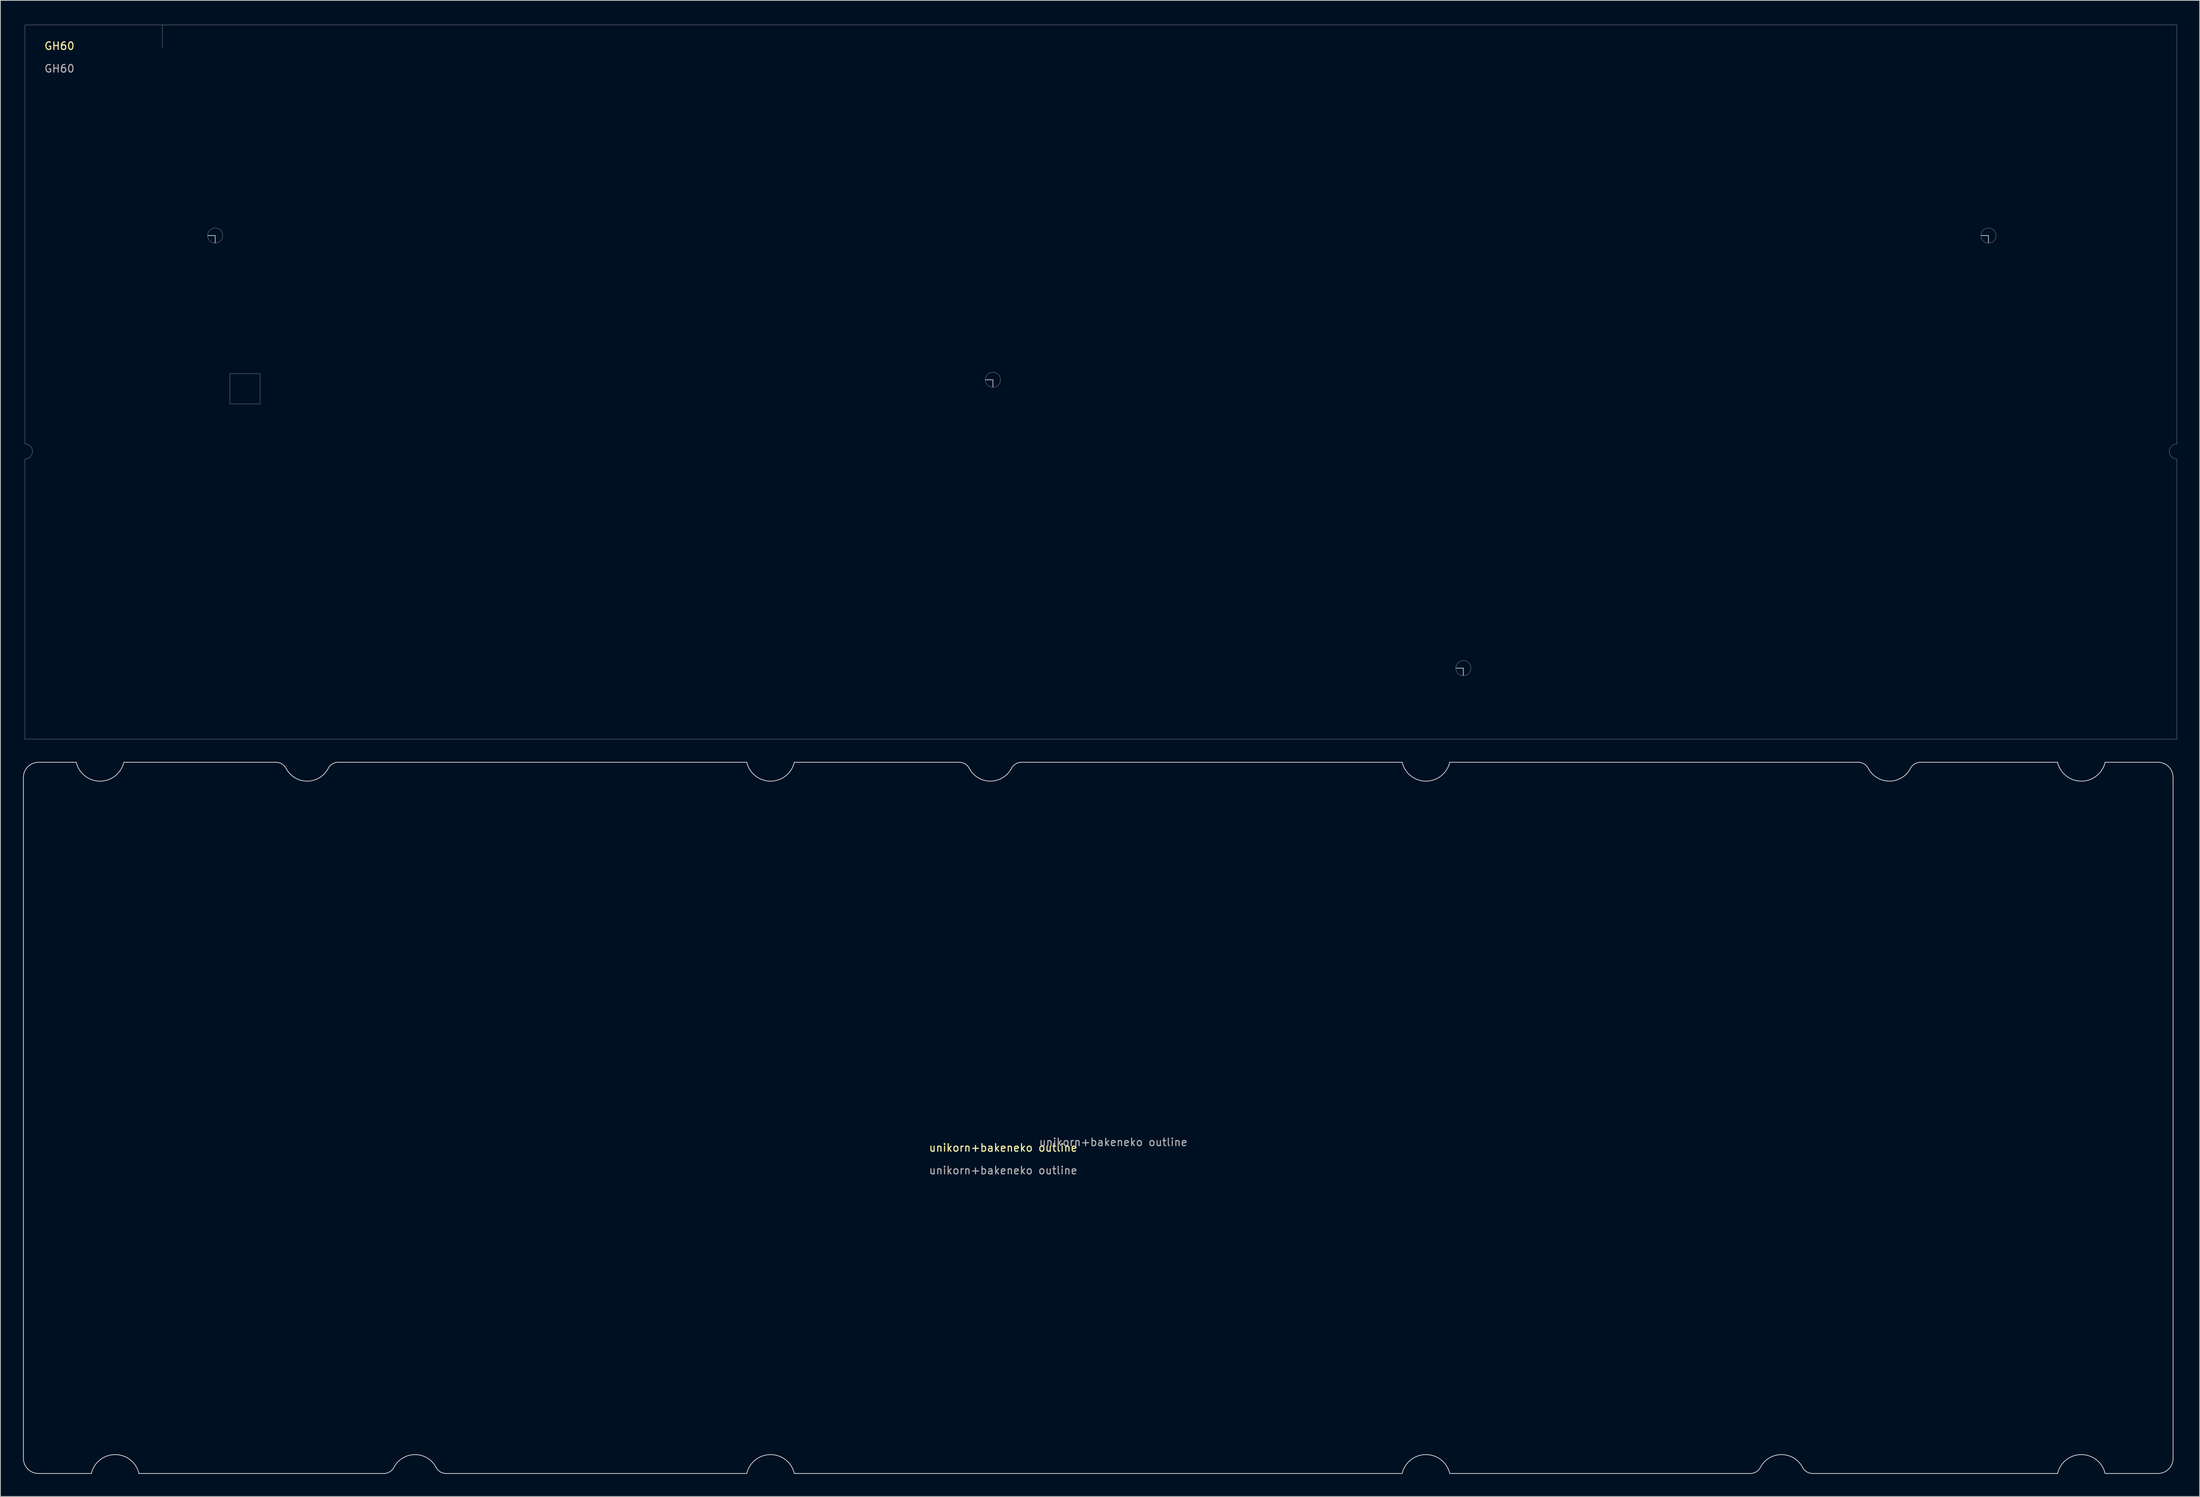
<source format=kicad_pcb>
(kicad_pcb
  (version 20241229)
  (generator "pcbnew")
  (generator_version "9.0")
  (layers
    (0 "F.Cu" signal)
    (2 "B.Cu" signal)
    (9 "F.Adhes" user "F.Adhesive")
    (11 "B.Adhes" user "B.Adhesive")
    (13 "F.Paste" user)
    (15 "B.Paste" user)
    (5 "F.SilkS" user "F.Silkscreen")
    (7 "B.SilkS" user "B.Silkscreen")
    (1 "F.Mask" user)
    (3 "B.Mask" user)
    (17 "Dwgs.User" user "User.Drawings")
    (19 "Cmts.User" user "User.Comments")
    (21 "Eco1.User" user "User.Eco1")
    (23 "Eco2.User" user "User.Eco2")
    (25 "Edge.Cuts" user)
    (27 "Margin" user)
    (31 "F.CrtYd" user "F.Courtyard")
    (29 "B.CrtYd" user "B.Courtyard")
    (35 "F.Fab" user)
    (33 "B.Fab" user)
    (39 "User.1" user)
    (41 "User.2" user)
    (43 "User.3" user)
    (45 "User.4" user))
  (footprint "GH60"
    (layer "F.Cu")
    (at 0.25 0.25)
    (property "Reference" "GH60" (at 4.572 2.794 0) (unlocked yes) (layer "F.SilkS") (effects (font (size 1 1) (thickness 0.15))))
    (fp_line (start 0 55.5) (end 0 0) (stroke (width 0.031) (type solid)) (layer "Dwgs.User"))
    (fp_line (start 0 58.5) (end 0 57.5) (stroke (width 0.031) (type solid)) (layer "Dwgs.User"))
    (fp_line (start 0 94.6) (end 0 58.5) (stroke (width 0.031) (type solid)) (layer "Dwgs.User"))
    (fp_line (start 0 94.6) (end 285 94.6) (stroke (width 0.031) (type solid)) (layer "Dwgs.User"))
    (fp_line (start 18.2 0) (end 18.2 3) (stroke (width 0.031) (type solid)) (layer "Dwgs.User"))
    (fp_line (start 25.2 27.9) (end 24.23 27.9) (stroke (width 0.1) (type solid)) (layer "Dwgs.User"))
    (fp_line (start 25.2 27.9) (end 25.2 28.86) (stroke (width 0.1) (type solid)) (layer "Dwgs.User"))
    (fp_line (start 27.15 50.2) (end 27.15 46.2) (stroke (width 0.031) (type solid)) (layer "Dwgs.User"))
    (fp_line (start 31.15 46.2) (end 27.15 46.2) (stroke (width 0.031) (type solid)) (layer "Dwgs.User"))
    (fp_line (start 31.15 50.2) (end 27.15 50.2) (stroke (width 0.031) (type solid)) (layer "Dwgs.User"))
    (fp_line (start 31.15 50.2) (end 31.15 46.2) (stroke (width 0.031) (type solid)) (layer "Dwgs.User"))
    (fp_line (start 128.2 47) (end 127.23 47) (stroke (width 0.1) (type solid)) (layer "Dwgs.User"))
    (fp_line (start 128.2 47) (end 128.2 47.96) (stroke (width 0.1) (type solid)) (layer "Dwgs.User"))
    (fp_line (start 190.5 85.2) (end 189.53 85.2) (stroke (width 0.1) (type solid)) (layer "Dwgs.User"))
    (fp_line (start 190.5 85.2) (end 190.5 86.16) (stroke (width 0.1) (type solid)) (layer "Dwgs.User"))
    (fp_line (start 260.05 27.9) (end 259.08 27.9) (stroke (width 0.1) (type solid)) (layer "Dwgs.User"))
    (fp_line (start 260.05 27.9) (end 260.05 28.86) (stroke (width 0.1) (type solid)) (layer "Dwgs.User"))
    (fp_line (start 285 0) (end 0 0) (stroke (width 0.031) (type solid)) (layer "Dwgs.User"))
    (fp_line (start 285 55.5) (end 285 0) (stroke (width 0.031) (type solid)) (layer "Dwgs.User"))
    (fp_line (start 285 58.5) (end 285 57.5) (stroke (width 0.031) (type solid)) (layer "Dwgs.User"))
    (fp_line (start 285 94.6) (end 285 58.5) (stroke (width 0.031) (type solid)) (layer "Dwgs.User"))
    (fp_arc (start 0 55.50003) (mid 1.000001 56.500031) (end 0 57.500031) (stroke (width 0.031) (type solid)) (layer "Dwgs.User"))
    (fp_arc (start 285.000154 57.500031) (mid 284.000155 56.50003) (end 285.000154 55.50003) (stroke (width 0.031) (type solid)) (layer "Dwgs.User"))
    (fp_circle (center 25.2 27.9) (end 26.2 27.9) (stroke (width 0.031) (type solid)) (fill no) (layer "Dwgs.User"))
    (fp_circle (center 128.2 47) (end 129.2 47) (stroke (width 0.031) (type solid)) (fill no) (layer "Dwgs.User"))
    (fp_circle (center 190.5 85.2) (end 191.5 85.2) (stroke (width 0.031) (type solid)) (fill no) (layer "Dwgs.User"))
    (fp_circle (center 260.05 27.9) (end 261.05 27.9) (stroke (width 0.031) (type solid)) (fill no) (layer "Dwgs.User"))
    (fp_text user "${REFERENCE}" (at 4.572 5.794 0) (unlocked yes) (layer "F.Fab") (effects (font (size 1 1) (thickness 0.15)))))
  (footprint "unikorn+bakeneko outline"
    (layer "F.Cu")
    (at 129.81 149.476)
    (property "Reference" "unikorn+bakeneko outline" (at 0 -0.5 0) (unlocked yes) (layer "F.SilkS") (effects (font (size 1 1) (thickness 0.15))))
    (fp_line (start -129.76 -49.56) (end -129.76 40.64) (stroke (width 0.1) (type solid)) (layer "Edge.Cuts"))
    (fp_line (start -127.76 -51.56) (end -122.76 -51.56) (stroke (width 0.1) (type solid)) (layer "Edge.Cuts"))
    (fp_line (start -120.76 42.64) (end -127.76 42.64) (stroke (width 0.1) (type solid)) (layer "Edge.Cuts"))
    (fp_line (start -109.46 -51.56) (end -116.46 -51.56) (stroke (width 0.1) (type solid)) (layer "Edge.Cuts"))
    (fp_line (start -109.46 -51.56) (end -96.308 -51.56) (stroke (width 0.1) (type solid)) (layer "Edge.Cuts"))
    (fp_line (start -88.062 -51.56) (end -33.96 -51.56) (stroke (width 0.1) (type solid)) (layer "Edge.Cuts"))
    (fp_line (start -82.021 42.64) (end -114.46 42.64) (stroke (width 0.1) (type solid)) (layer "Edge.Cuts"))
    (fp_line (start -73.774 42.64) (end -33.96 42.64) (stroke (width 0.1) (type solid)) (layer "Edge.Cuts"))
    (fp_line (start -27.66 -51.56) (end -5.821 -51.56) (stroke (width 0.1) (type solid)) (layer "Edge.Cuts"))
    (fp_line (start -27.66 42.64) (end 52.84 42.64) (stroke (width 0.1) (type solid)) (layer "Edge.Cuts"))
    (fp_line (start 2.44 -51.56) (end 52.84 -51.56) (stroke (width 0.1) (type solid)) (layer "Edge.Cuts"))
    (fp_line (start 59.14 -51.56) (end 113.242 -51.56) (stroke (width 0.1) (type solid)) (layer "Edge.Cuts"))
    (fp_line (start 98.954 42.64) (end 59.14 42.64) (stroke (width 0.1) (type solid)) (layer "Edge.Cuts"))
    (fp_line (start 107.201 42.64) (end 139.64 42.64) (stroke (width 0.1) (type solid)) (layer "Edge.Cuts"))
    (fp_line (start 121.488 -51.56) (end 139.64 -51.56) (stroke (width 0.1) (type solid)) (layer "Edge.Cuts"))
    (fp_line (start 145.94 -51.56) (end 152.94 -51.56) (stroke (width 0.1) (type solid)) (layer "Edge.Cuts"))
    (fp_line (start 152.94 42.64) (end 145.94 42.64) (stroke (width 0.1) (type solid)) (layer "Edge.Cuts"))
    (fp_line (start 154.94 -49.56) (end 154.94 40.64) (stroke (width 0.1) (type solid)) (layer "Edge.Cuts"))
    (fp_arc (start -129.76 -49.56) (mid -129.174214 -50.974214) (end -127.76 -51.56) (stroke (width 0.1) (type solid)) (layer "Edge.Cuts"))
    (fp_arc (start -127.760001 42.639999) (mid -129.174214 42.054213) (end -129.76 40.64) (stroke (width 0.1) (type solid)) (layer "Edge.Cuts"))
    (fp_arc (start -120.76 42.64) (mid -117.61 40.14) (end -114.46 42.64) (stroke (width 0.1) (type solid)) (layer "Edge.Cuts"))
    (fp_arc (start -116.46 -51.56) (mid -119.61 -49.06) (end -122.76 -51.56) (stroke (width 0.1) (type solid)) (layer "Edge.Cuts"))
    (fp_arc (start -96.308106 -51.560001) (mid -95.530316 -51.342765) (end -94.978071 -50.75355) (stroke (width 0.1) (type solid)) (layer "Edge.Cuts"))
    (fp_arc (start -89.391929 -50.753549) (mid -92.185 -49.060339) (end -94.978071 -50.75355) (stroke (width 0.1) (type solid)) (layer "Edge.Cuts"))
    (fp_arc (start -89.391928 -50.753549) (mid -88.839683 -51.342764) (end -88.061894 -51.560001) (stroke (width 0.1) (type solid)) (layer "Edge.Cuts"))
    (fp_arc (start -80.690572 41.833547) (mid -81.241867 42.424328) (end -82.020606 42.64) (stroke (width 0.1) (type solid)) (layer "Edge.Cuts"))
    (fp_arc (start -80.690572 41.833547) (mid -77.8975 40.140336) (end -75.104428 41.833547) (stroke (width 0.1) (type solid)) (layer "Edge.Cuts"))
    (fp_arc (start -73.774394 42.64) (mid -74.553133 42.424328) (end -75.104428 41.833547) (stroke (width 0.1) (type solid)) (layer "Edge.Cuts"))
    (fp_arc (start -33.960002 42.64) (mid -30.810001 40.139999) (end -27.66 42.64) (stroke (width 0.1) (type solid)) (layer "Edge.Cuts"))
    (fp_arc (start -27.66 -51.56) (mid -30.81 -49.06) (end -33.96 -51.56) (stroke (width 0.1) (type solid)) (layer "Edge.Cuts"))
    (fp_arc (start -5.820606 -51.560001) (mid -5.042816 -51.342765) (end -4.490571 -50.75355) (stroke (width 0.1) (type solid)) (layer "Edge.Cuts"))
    (fp_arc (start 1.095571 -50.753549) (mid -1.6975 -49.060339) (end -4.490571 -50.75355) (stroke (width 0.1) (type solid)) (layer "Edge.Cuts"))
    (fp_arc (start 1.095572 -50.753549) (mid 1.647817 -51.342764) (end 2.425606 -51.560001) (stroke (width 0.1) (type solid)) (layer "Edge.Cuts"))
    (fp_arc (start 52.84 42.639998) (mid 55.990001 40.139999) (end 59.14 42.64) (stroke (width 0.1) (type solid)) (layer "Edge.Cuts"))
    (fp_arc (start 59.14 -51.559998) (mid 55.989999 -49.059999) (end 52.84 -51.56) (stroke (width 0.1) (type solid)) (layer "Edge.Cuts"))
    (fp_arc (start 100.284428 41.833547) (mid 99.733133 42.424328) (end 98.954394 42.64) (stroke (width 0.1) (type solid)) (layer "Edge.Cuts"))
    (fp_arc (start 100.284428 41.833547) (mid 103.0775 40.140336) (end 105.870572 41.833547) (stroke (width 0.1) (type solid)) (layer "Edge.Cuts"))
    (fp_arc (start 107.200606 42.64) (mid 106.421867 42.424328) (end 105.870572 41.833547) (stroke (width 0.1) (type solid)) (layer "Edge.Cuts"))
    (fp_arc (start 113.241894 -51.560001) (mid 114.019684 -51.342765) (end 114.571929 -50.75355) (stroke (width 0.1) (type solid)) (layer "Edge.Cuts"))
    (fp_arc (start 120.158071 -50.753549) (mid 117.365 -49.060339) (end 114.571929 -50.75355) (stroke (width 0.1) (type solid)) (layer "Edge.Cuts"))
    (fp_arc (start 120.158072 -50.753549) (mid 120.710317 -51.342764) (end 121.488106 -51.560001) (stroke (width 0.1) (type solid)) (layer "Edge.Cuts"))
    (fp_arc (start 139.64 42.639998) (mid 142.790001 40.139999) (end 145.94 42.64) (stroke (width 0.1) (type solid)) (layer "Edge.Cuts"))
    (fp_arc (start 145.940223 -51.559999) (mid 142.790026 -49.059783) (end 139.639789 -51.559948) (stroke (width 0.1) (type solid)) (layer "Edge.Cuts"))
    (fp_arc (start 152.94 -51.560001) (mid 154.354214 -50.974215) (end 154.94 -49.560001) (stroke (width 0.1) (type solid)) (layer "Edge.Cuts"))
    (fp_arc (start 154.94 40.64) (mid 154.354214 42.054214) (end 152.94 42.64) (stroke (width 0.1) (type solid)) (layer "Edge.Cuts"))
    (fp_text user "${REFERENCE}" (at 0 2.5 0) (unlocked yes) (layer "F.Fab") (effects (font (size 1 1) (thickness 0.15))))
    (fp_text user "${REFERENCE}" (at 14.581 -1.239 0) (unlocked yes) (layer "F.Fab") (effects (font (size 1 1) (thickness 0.15)))))
  (gr_rect
    (start -3 -3)
    (end 288.266 195.166)
    (stroke (width 0.1) (type default))
    (fill no)
    (layer "Edge.Cuts")))
</source>
